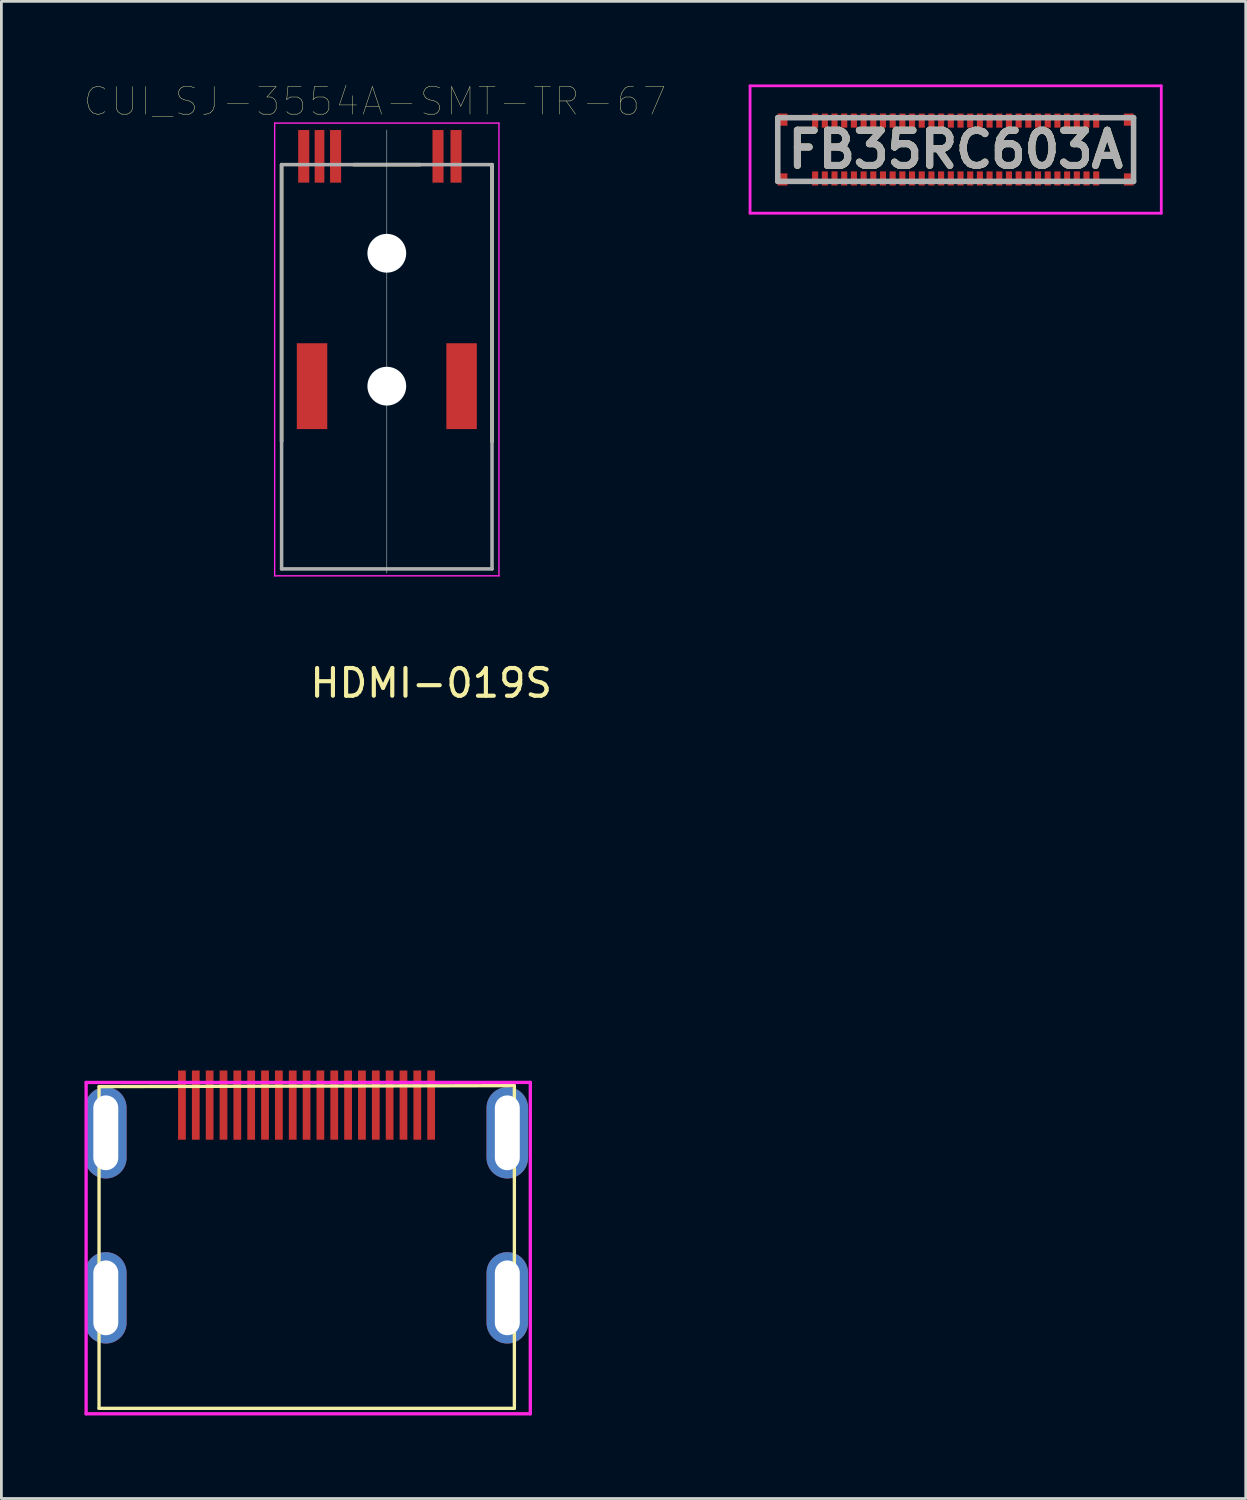
<source format=kicad_pcb>
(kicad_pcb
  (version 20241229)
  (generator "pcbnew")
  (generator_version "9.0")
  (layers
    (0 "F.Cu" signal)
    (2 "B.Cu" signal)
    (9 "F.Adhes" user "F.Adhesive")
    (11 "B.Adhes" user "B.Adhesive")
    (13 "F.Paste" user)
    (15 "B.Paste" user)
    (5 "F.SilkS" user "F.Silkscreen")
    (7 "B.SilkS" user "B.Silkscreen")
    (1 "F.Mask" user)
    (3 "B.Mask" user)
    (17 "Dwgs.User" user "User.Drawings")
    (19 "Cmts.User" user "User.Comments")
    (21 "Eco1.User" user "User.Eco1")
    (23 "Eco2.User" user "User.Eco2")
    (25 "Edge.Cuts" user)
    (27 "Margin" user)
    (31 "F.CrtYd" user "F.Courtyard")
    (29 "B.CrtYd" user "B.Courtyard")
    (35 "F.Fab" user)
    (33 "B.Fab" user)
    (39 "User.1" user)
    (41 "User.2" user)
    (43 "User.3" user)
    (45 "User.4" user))
  (footprint "CUI_SJ-3554A-SMT-TR-67"
    (layer "F.Cu")
    (at 10.919 10.896)
    (property "Reference" "CUI_SJ-3554A-SMT-TR-67" (at -0.425 -10.285 0) (layer "F.SilkS") (effects (font (size 1 1) (thickness 0.015))))
    (attr through_hole)
    (fp_line (start -3.8 2) (end -3.8 -8) (stroke (width 0.127) (type solid)) (layer "F.SilkS"))
    (fp_line (start -1.2 -8) (end 1.2 -8) (stroke (width 0.127) (type solid)) (layer "F.SilkS"))
    (fp_line (start 3.8 -8) (end 3.8 2) (stroke (width 0.127) (type solid)) (layer "F.SilkS"))
    (fp_line (start 0 -9.25) (end 0 6.75) (stroke (width 0.02) (type solid)) (layer "Dwgs.User"))
    (fp_line (start -4.05 -9.5) (end 4.05 -9.5) (stroke (width 0.05) (type solid)) (layer "F.CrtYd"))
    (fp_line (start -4.05 6.85) (end -4.05 -9.5) (stroke (width 0.05) (type solid)) (layer "F.CrtYd"))
    (fp_line (start 4.05 -9.5) (end 4.05 6.85) (stroke (width 0.05) (type solid)) (layer "F.CrtYd"))
    (fp_line (start 4.05 6.85) (end -4.05 6.85) (stroke (width 0.05) (type solid)) (layer "F.CrtYd"))
    (fp_line (start -3.8 -8) (end 3.8 -8) (stroke (width 0.127) (type solid)) (layer "F.Fab"))
    (fp_line (start -3.8 6.6) (end -3.8 -8) (stroke (width 0.127) (type solid)) (layer "F.Fab"))
    (fp_line (start 3.8 -8) (end 3.8 6.6) (stroke (width 0.127) (type solid)) (layer "F.Fab"))
    (fp_line (start 3.8 6.6) (end -3.8 6.6) (stroke (width 0.127) (type solid)) (layer "F.Fab"))
    (pad "" np_thru_hole circle (at 0 -4.8) (size 1.4 1.4) (drill 1.4) (layers "*.Cu" "*.Mask"))
    (pad "" np_thru_hole circle (at 0 0) (size 1.4 1.4) (drill 1.4) (layers "*.Cu" "*.Mask"))
    (pad "1" smd rect (at 2.5 -8.3) (size 0.4 1.9) (layers "F.Cu" "F.Mask" "F.Paste"))
    (pad "2" smd rect (at -1.85 -8.3) (size 0.4 1.9) (layers "F.Cu" "F.Mask" "F.Paste"))
    (pad "3" smd rect (at -2.43 -8.3) (size 0.35 1.9) (layers "F.Cu" "F.Mask" "F.Paste"))
    (pad "4" smd rect (at -3 -8.3) (size 0.4 1.9) (layers "F.Cu" "F.Mask" "F.Paste"))
    (pad "5" smd rect (at 1.85 -8.3) (size 0.4 1.9) (layers "F.Cu" "F.Mask" "F.Paste"))
    (pad "S1" smd rect (at -2.7 0) (size 1.1 3.1) (layers "F.Cu" "F.Mask" "F.Paste"))
    (pad "S2" smd rect (at 2.7 0) (size 1.1 3.1) (layers "F.Cu" "F.Mask" "F.Paste")))
  (footprint "HDMI-019S"
    (layer "F.Cu")
    (at 12.521 36.86)
    (property "Reference" "HDMI-019S" (at 0 -15.24 0) (layer "F.SilkS") (effects (font (size 1 1) (thickness 0.15))))
    (attr through_hole)
    (fp_line (start -11.994 -0.668) (end 3.005 -0.704) (stroke (width 0.12) (type solid)) (layer "F.SilkS"))
    (fp_line (start -11.994 10.95) (end -11.994 -0.668) (stroke (width 0.12) (type solid)) (layer "F.SilkS"))
    (fp_line (start 3.005 -0.704) (end 3.005 0.066) (stroke (width 0.12) (type solid)) (layer "F.SilkS"))
    (fp_line (start 3.005 0) (end 3.005 10.95) (stroke (width 0.12) (type solid)) (layer "F.SilkS"))
    (fp_line (start 3.005 10.95) (end -11.994 10.95) (stroke (width 0.12) (type solid)) (layer "F.SilkS"))
    (fp_line (start -12.461 -0.818) (end -12.461 11.148) (stroke (width 0.12) (type solid)) (layer "F.CrtYd"))
    (fp_line (start -12.461 11.148) (end 3.581 11.148) (stroke (width 0.12) (type solid)) (layer "F.CrtYd"))
    (fp_line (start 3.581 -0.82) (end -12.461 -0.818) (stroke (width 0.12) (type solid)) (layer "F.CrtYd"))
    (fp_line (start 3.581 11.148) (end 3.581 -0.82) (stroke (width 0.12) (type solid)) (layer "F.CrtYd"))
    (pad "1" smd rect (at 0 0) (size 0.28 2.5) (layers "F.Cu" "F.Mask" "F.Paste"))
    (pad "2" smd rect (at -0.5 0) (size 0.28 2.5) (layers "F.Cu" "F.Mask" "F.Paste"))
    (pad "3" smd rect (at -1 0) (size 0.28 2.5) (layers "F.Cu" "F.Mask" "F.Paste"))
    (pad "4" smd rect (at -1.5 0) (size 0.28 2.5) (layers "F.Cu" "F.Mask" "F.Paste"))
    (pad "5" smd rect (at -2 0) (size 0.28 2.5) (layers "F.Cu" "F.Mask" "F.Paste"))
    (pad "6" smd rect (at -2.5 0) (size 0.28 2.5) (layers "F.Cu" "F.Mask" "F.Paste"))
    (pad "7" smd rect (at -3 0) (size 0.28 2.5) (layers "F.Cu" "F.Mask" "F.Paste"))
    (pad "8" smd rect (at -3.5 0) (size 0.28 2.5) (layers "F.Cu" "F.Mask" "F.Paste"))
    (pad "9" smd rect (at -4 0) (size 0.28 2.5) (layers "F.Cu" "F.Mask" "F.Paste"))
    (pad "10" smd rect (at -4.5 0) (size 0.28 2.5) (layers "F.Cu" "F.Mask" "F.Paste"))
    (pad "11" smd rect (at -5 0) (size 0.28 2.5) (layers "F.Cu" "F.Mask" "F.Paste"))
    (pad "12" smd rect (at -5.5 0) (size 0.28 2.5) (layers "F.Cu" "F.Mask" "F.Paste"))
    (pad "13" smd rect (at -6 0) (size 0.28 2.5) (layers "F.Cu" "F.Mask" "F.Paste"))
    (pad "14" smd rect (at -6.5 0) (size 0.28 2.5) (layers "F.Cu" "F.Mask" "F.Paste"))
    (pad "15" smd rect (at -7 0) (size 0.28 2.5) (layers "F.Cu" "F.Mask" "F.Paste"))
    (pad "16" smd rect (at -7.5 0) (size 0.28 2.5) (layers "F.Cu" "F.Mask" "F.Paste"))
    (pad "17" smd rect (at -8 0) (size 0.28 2.5) (layers "F.Cu" "F.Mask" "F.Paste"))
    (pad "18" smd rect (at -8.5 0) (size 0.28 2.5) (layers "F.Cu" "F.Mask" "F.Paste"))
    (pad "19" smd rect (at -9 0) (size 0.28 2.5) (layers "F.Cu" "F.Mask" "F.Paste"))
    (pad "SH" thru_hole oval (at -11.75 1) (size 1.5 3.3) (drill oval 0.9 2.7) (layers "*.Cu" "*.Mask"))
    (pad "SH" thru_hole oval (at -11.75 6.96) (size 1.5 3.3) (drill oval 0.9 2.7) (layers "*.Cu" "*.Mask"))
    (pad "SH" thru_hole oval (at 2.75 1) (size 1.5 3.3) (drill oval 0.9 2.7) (layers "*.Cu" "*.Mask"))
    (pad "SH" thru_hole oval (at 2.75 6.96) (size 1.5 3.3) (drill oval 0.9 2.7) (layers "*.Cu" "*.Mask")))
  (footprint "FB35RC603A"
    (layer "F.Cu")
    (at 31.463 2.35)
    (property "Reference" "FB35RC603A" (at 0 0 0) (layer "F.SilkS") (effects (font (size 1.27 1.27) (thickness 0.254))))
    (attr smd)
    (fp_line (start -6.425 -0.5) (end -6.425 0.5) (stroke (width 0.1) (type solid)) (layer "F.SilkS"))
    (fp_line (start 6.425 -0.5) (end 6.425 0.5) (stroke (width 0.1) (type solid)) (layer "F.SilkS"))
    (fp_line (start -7.425 -2.3) (end 7.425 -2.3) (stroke (width 0.1) (type solid)) (layer "F.CrtYd"))
    (fp_line (start -7.425 2.3) (end -7.425 -2.3) (stroke (width 0.1) (type solid)) (layer "F.CrtYd"))
    (fp_line (start 7.425 -2.3) (end 7.425 2.3) (stroke (width 0.1) (type solid)) (layer "F.CrtYd"))
    (fp_line (start 7.425 2.3) (end -7.425 2.3) (stroke (width 0.1) (type solid)) (layer "F.CrtYd"))
    (fp_line (start -6.425 -1.15) (end 6.425 -1.15) (stroke (width 0.2) (type solid)) (layer "F.Fab"))
    (fp_line (start -6.425 1.15) (end -6.425 -1.15) (stroke (width 0.2) (type solid)) (layer "F.Fab"))
    (fp_line (start 6.425 -1.15) (end 6.425 1.15) (stroke (width 0.2) (type solid)) (layer "F.Fab"))
    (fp_line (start 6.425 1.15) (end -6.425 1.15) (stroke (width 0.2) (type solid)) (layer "F.Fab"))
    (fp_text user "${REFERENCE}" (at 0 0 0) (layer "F.Fab") (effects (font (size 1.27 1.27) (thickness 0.254))))
    (pad "1" smd rect (at -5.075 1.045) (size 0.22 0.51) (layers "F.Cu" "F.Mask" "F.Paste"))
    (pad "2" smd rect (at -5.075 -1.045) (size 0.22 0.51) (layers "F.Cu" "F.Mask" "F.Paste"))
    (pad "3" smd rect (at -4.725 1.045) (size 0.22 0.51) (layers "F.Cu" "F.Mask" "F.Paste"))
    (pad "4" smd rect (at -4.725 -1.045) (size 0.22 0.51) (layers "F.Cu" "F.Mask" "F.Paste"))
    (pad "5" smd rect (at -4.375 1.045) (size 0.22 0.51) (layers "F.Cu" "F.Mask" "F.Paste"))
    (pad "6" smd rect (at -4.375 -1.045) (size 0.22 0.51) (layers "F.Cu" "F.Mask" "F.Paste"))
    (pad "7" smd rect (at -4.025 1.045) (size 0.22 0.51) (layers "F.Cu" "F.Mask" "F.Paste"))
    (pad "8" smd rect (at -4.025 -1.045) (size 0.22 0.51) (layers "F.Cu" "F.Mask" "F.Paste"))
    (pad "9" smd rect (at -3.675 1.045) (size 0.22 0.51) (layers "F.Cu" "F.Mask" "F.Paste"))
    (pad "10" smd rect (at -3.675 -1.045) (size 0.22 0.51) (layers "F.Cu" "F.Mask" "F.Paste"))
    (pad "11" smd rect (at -3.325 1.045) (size 0.22 0.51) (layers "F.Cu" "F.Mask" "F.Paste"))
    (pad "12" smd rect (at -3.325 -1.045) (size 0.22 0.51) (layers "F.Cu" "F.Mask" "F.Paste"))
    (pad "13" smd rect (at -2.975 1.045) (size 0.22 0.51) (layers "F.Cu" "F.Mask" "F.Paste"))
    (pad "14" smd rect (at -2.975 -1.045) (size 0.22 0.51) (layers "F.Cu" "F.Mask" "F.Paste"))
    (pad "15" smd rect (at -2.625 1.045) (size 0.22 0.51) (layers "F.Cu" "F.Mask" "F.Paste"))
    (pad "16" smd rect (at -2.625 -1.045) (size 0.22 0.51) (layers "F.Cu" "F.Mask" "F.Paste"))
    (pad "17" smd rect (at -2.275 1.045) (size 0.22 0.51) (layers "F.Cu" "F.Mask" "F.Paste"))
    (pad "18" smd rect (at -2.275 -1.045) (size 0.22 0.51) (layers "F.Cu" "F.Mask" "F.Paste"))
    (pad "19" smd rect (at -1.925 1.045) (size 0.22 0.51) (layers "F.Cu" "F.Mask" "F.Paste"))
    (pad "20" smd rect (at -1.925 -1.045) (size 0.22 0.51) (layers "F.Cu" "F.Mask" "F.Paste"))
    (pad "21" smd rect (at -1.575 1.045) (size 0.22 0.51) (layers "F.Cu" "F.Mask" "F.Paste"))
    (pad "22" smd rect (at -1.575 -1.045) (size 0.22 0.51) (layers "F.Cu" "F.Mask" "F.Paste"))
    (pad "23" smd rect (at -1.225 1.045) (size 0.22 0.51) (layers "F.Cu" "F.Mask" "F.Paste"))
    (pad "24" smd rect (at -1.225 -1.045) (size 0.22 0.51) (layers "F.Cu" "F.Mask" "F.Paste"))
    (pad "25" smd rect (at -0.875 1.045) (size 0.22 0.51) (layers "F.Cu" "F.Mask" "F.Paste"))
    (pad "26" smd rect (at -0.875 -1.045) (size 0.22 0.51) (layers "F.Cu" "F.Mask" "F.Paste"))
    (pad "27" smd rect (at -0.525 1.045) (size 0.22 0.51) (layers "F.Cu" "F.Mask" "F.Paste"))
    (pad "28" smd rect (at -0.525 -1.045) (size 0.22 0.51) (layers "F.Cu" "F.Mask" "F.Paste"))
    (pad "29" smd rect (at -0.175 1.045) (size 0.22 0.51) (layers "F.Cu" "F.Mask" "F.Paste"))
    (pad "30" smd rect (at -0.175 -1.045) (size 0.22 0.51) (layers "F.Cu" "F.Mask" "F.Paste"))
    (pad "31" smd rect (at 0.175 1.045) (size 0.22 0.51) (layers "F.Cu" "F.Mask" "F.Paste"))
    (pad "32" smd rect (at 0.175 -1.045) (size 0.22 0.51) (layers "F.Cu" "F.Mask" "F.Paste"))
    (pad "33" smd rect (at 0.525 1.045) (size 0.22 0.51) (layers "F.Cu" "F.Mask" "F.Paste"))
    (pad "34" smd rect (at 0.525 -1.045) (size 0.22 0.51) (layers "F.Cu" "F.Mask" "F.Paste"))
    (pad "35" smd rect (at 0.875 1.045) (size 0.22 0.51) (layers "F.Cu" "F.Mask" "F.Paste"))
    (pad "36" smd rect (at 0.875 -1.045) (size 0.22 0.51) (layers "F.Cu" "F.Mask" "F.Paste"))
    (pad "37" smd rect (at 1.225 1.045) (size 0.22 0.51) (layers "F.Cu" "F.Mask" "F.Paste"))
    (pad "38" smd rect (at 1.225 -1.045) (size 0.22 0.51) (layers "F.Cu" "F.Mask" "F.Paste"))
    (pad "39" smd rect (at 1.575 1.045) (size 0.22 0.51) (layers "F.Cu" "F.Mask" "F.Paste"))
    (pad "40" smd rect (at 1.575 -1.045) (size 0.22 0.51) (layers "F.Cu" "F.Mask" "F.Paste"))
    (pad "41" smd rect (at 1.925 1.045) (size 0.22 0.51) (layers "F.Cu" "F.Mask" "F.Paste"))
    (pad "42" smd rect (at 1.925 -1.045) (size 0.22 0.51) (layers "F.Cu" "F.Mask" "F.Paste"))
    (pad "43" smd rect (at 2.275 1.045) (size 0.22 0.51) (layers "F.Cu" "F.Mask" "F.Paste"))
    (pad "44" smd rect (at 2.275 -1.045) (size 0.22 0.51) (layers "F.Cu" "F.Mask" "F.Paste"))
    (pad "45" smd rect (at 2.625 1.045) (size 0.22 0.51) (layers "F.Cu" "F.Mask" "F.Paste"))
    (pad "46" smd rect (at 2.625 -1.045) (size 0.22 0.51) (layers "F.Cu" "F.Mask" "F.Paste"))
    (pad "47" smd rect (at 2.975 1.045) (size 0.22 0.51) (layers "F.Cu" "F.Mask" "F.Paste"))
    (pad "48" smd rect (at 2.975 -1.045) (size 0.22 0.51) (layers "F.Cu" "F.Mask" "F.Paste"))
    (pad "49" smd rect (at 3.325 1.045) (size 0.22 0.51) (layers "F.Cu" "F.Mask" "F.Paste"))
    (pad "50" smd rect (at 3.325 -1.045) (size 0.22 0.51) (layers "F.Cu" "F.Mask" "F.Paste"))
    (pad "51" smd rect (at 3.675 1.045) (size 0.22 0.51) (layers "F.Cu" "F.Mask" "F.Paste"))
    (pad "52" smd rect (at 3.675 -1.045) (size 0.22 0.51) (layers "F.Cu" "F.Mask" "F.Paste"))
    (pad "53" smd rect (at 4.025 1.045) (size 0.22 0.51) (layers "F.Cu" "F.Mask" "F.Paste"))
    (pad "54" smd rect (at 4.025 -1.045) (size 0.22 0.51) (layers "F.Cu" "F.Mask" "F.Paste"))
    (pad "55" smd rect (at 4.375 1.045) (size 0.22 0.51) (layers "F.Cu" "F.Mask" "F.Paste"))
    (pad "56" smd rect (at 4.375 -1.045) (size 0.22 0.51) (layers "F.Cu" "F.Mask" "F.Paste"))
    (pad "57" smd rect (at 4.725 1.045) (size 0.22 0.51) (layers "F.Cu" "F.Mask" "F.Paste"))
    (pad "58" smd rect (at 4.725 -1.045) (size 0.22 0.51) (layers "F.Cu" "F.Mask" "F.Paste"))
    (pad "59" smd rect (at 5.075 1.045) (size 0.22 0.51) (layers "F.Cu" "F.Mask" "F.Paste"))
    (pad "60" smd rect (at 5.075 -1.045) (size 0.22 0.51) (layers "F.Cu" "F.Mask" "F.Paste"))
    (pad "MP1" smd rect (at -6.25 1.08) (size 0.35 0.44) (layers "F.Cu" "F.Mask" "F.Paste"))
    (pad "MP2" smd rect (at -6.25 -1.08) (size 0.35 0.44) (layers "F.Cu" "F.Mask" "F.Paste"))
    (pad "MP3" smd rect (at 6.25 1.08) (size 0.35 0.44) (layers "F.Cu" "F.Mask" "F.Paste"))
    (pad "MP4" smd rect (at 6.25 -1.08) (size 0.35 0.44) (layers "F.Cu" "F.Mask" "F.Paste")))
  (gr_rect
    (start -3 -3)
    (end 41.938 51.068)
    (stroke (width 0.1) (type default))
    (fill no)
    (layer "Edge.Cuts")))
</source>
